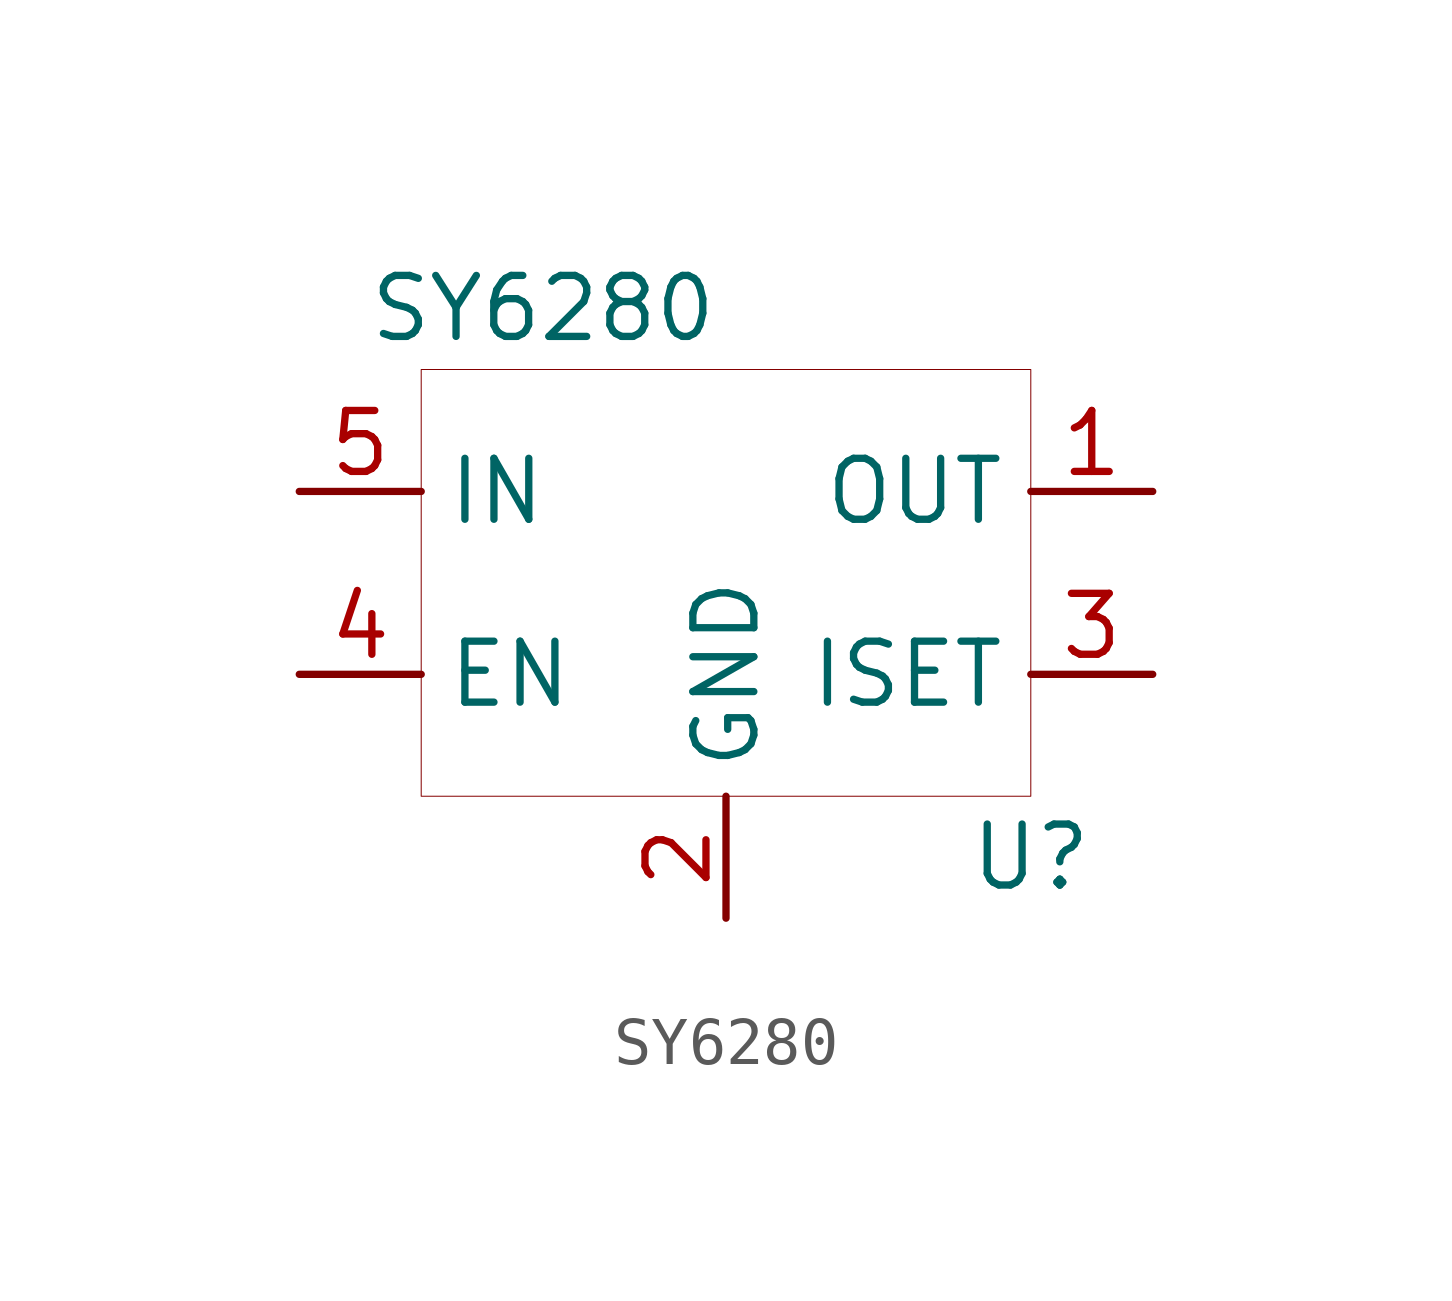
<source format=kicad_sym>
(kicad_symbol_lib
  (version 20201005)
  (generator kicad_symbol_editor)
  (symbol "SY6280:SY6280"
    (property "Reference" "U"
      (at 6.35 -5.08 0)
      (effects (font (size 1.27 1.27))))
    (property "Value" "SY6280"
      (at -3.81 6.35 0)
      (effects (font (size 1.27 1.27))))
    (symbol "SY6280_0_1"
      (rectangle (start -6.35 5.08) (end 6.35 -3.81) (stroke (width 0.001)) (fill (type none))))
    (symbol "SY6280_1_1"
      (pin input line (at 8.89 2.54 180) (length 2.54) (name "OUT" (effects (font (size 1.27 1.27)))) (number "1" (effects (font (size 1.27 1.27)))))
      (pin input line (at 0 -6.35 90) (length 2.54) (name "GND" (effects (font (size 1.27 1.27)))) (number "2" (effects (font (size 1.27 1.27)))))
      (pin input line (at 8.89 -1.27 180) (length 2.54) (name "ISET" (effects (font (size 1.27 1.27)))) (number "3" (effects (font (size 1.27 1.27)))))
      (pin input line (at -8.89 -1.27 0) (length 2.54) (name "EN" (effects (font (size 1.27 1.27)))) (number "4" (effects (font (size 1.27 1.27)))))
      (pin input line (at -8.89 2.54 0) (length 2.54) (name "IN" (effects (font (size 1.27 1.27)))) (number "5" (effects (font (size 1.27 1.27))))))))
</source>
